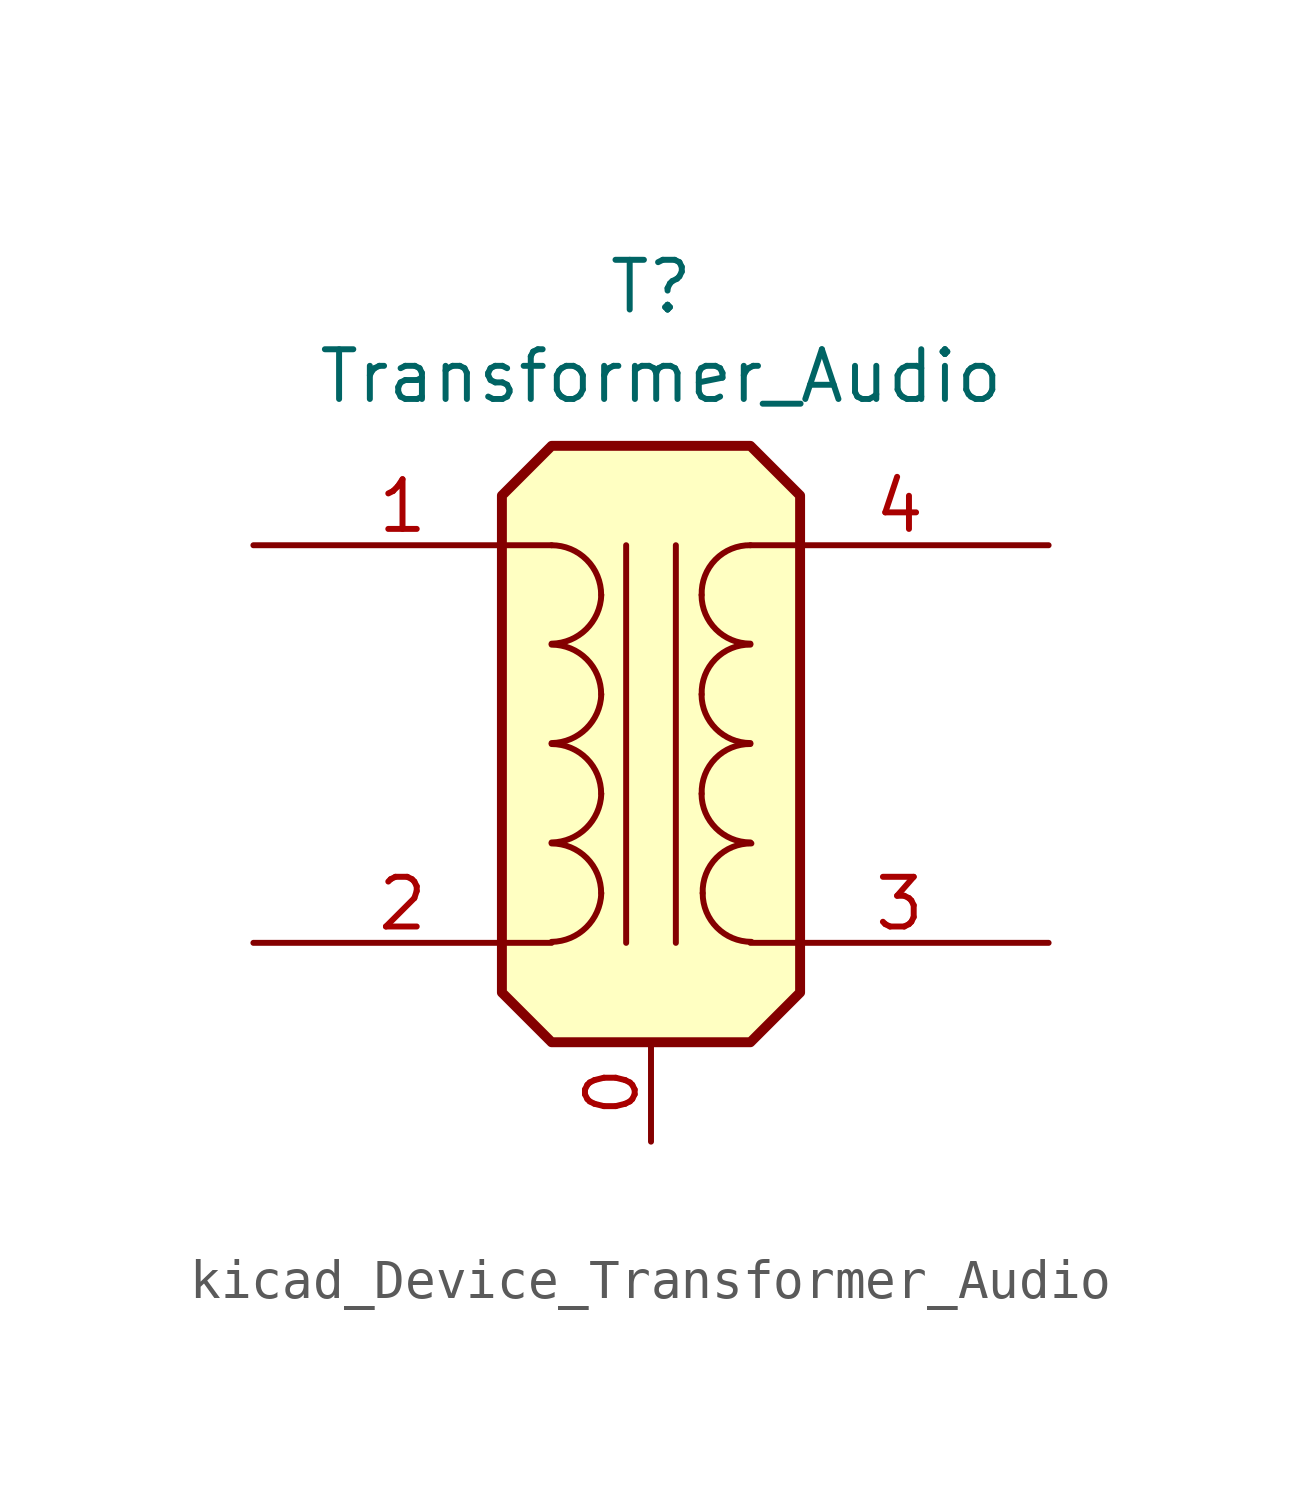
<source format=kicad_sym>
(kicad_symbol_lib
  (version 20220914)
  (generator kicad_symbol_editor)
  (symbol "kicad_Device_Transformer_Audio"
    (pin_names
      (offset 1.016) hide)
    (property "Reference" "T"
      (at 0 11.684 0)
      (effects (font (size 1.27 1.27))))
    (property "Value" "Transformer_Audio"
      (at 0.254 9.398 0)
      (effects (font (size 1.27 1.27))))
    (symbol "kicad_Device_Transformer_Audio_0_1"
      (arc (start -2.54 -5.0546) (mid -1.6599 -4.6901) (end -1.27 -3.81) (stroke (width 0) (type default)) (fill (type none)))
      (arc (start -2.54 -2.5146) (mid -1.6599 -2.1501) (end -1.27 -1.27) (stroke (width 0) (type default)) (fill (type none)))
      (arc (start -2.54 0.0254) (mid -1.6599 0.3899) (end -1.27 1.27) (stroke (width 0) (type default)) (fill (type none)))
      (arc (start -2.54 2.5654) (mid -1.6599 2.9299) (end -1.27 3.81) (stroke (width 0) (type default)) (fill (type none)))
      (arc (start -1.27 -3.81) (mid -1.642 -2.912) (end -2.54 -2.54) (stroke (width 0) (type default)) (fill (type none)))
      (arc (start -1.27 -1.27) (mid -1.642 -0.372) (end -2.54 0) (stroke (width 0) (type default)) (fill (type none)))
      (arc (start -1.27 1.27) (mid -1.642 2.168) (end -2.54 2.54) (stroke (width 0) (type default)) (fill (type none)))
      (arc (start -1.27 3.81) (mid -1.642 4.708) (end -2.54 5.08) (stroke (width 0) (type default)) (fill (type none)))
      (polyline (pts (xy -0.635 5.08) (xy -0.635 -5.08)) (stroke (width 0) (type default)) (fill (type none)))
      (polyline (pts (xy 0.635 -5.08) (xy 0.635 5.08)) (stroke (width 0) (type default)) (fill (type none)))
      (polyline (pts (xy -3.81 6.35) (xy -2.54 7.62) (xy 2.54 7.62) (xy 3.81 6.35) (xy 3.81 -6.35) (xy 2.54 -7.62) (xy -2.54 -7.62) (xy -3.81 -6.35) (xy -3.81 6.35)) (stroke (width 0.254) (type default)) (fill (type background)))
      (arc (start 1.2954 -1.27) (mid 1.6599 -2.1501) (end 2.54 -2.5146) (stroke (width 0) (type default)) (fill (type none)))
      (arc (start 1.2954 1.27) (mid 1.6599 0.3899) (end 2.54 0.0254) (stroke (width 0) (type default)) (fill (type none)))
      (arc (start 1.2954 3.81) (mid 1.6599 2.9299) (end 2.54 2.5654) (stroke (width 0) (type default)) (fill (type none)))
      (arc (start 1.3208 -3.81) (mid 1.6853 -4.6901) (end 2.5654 -5.0546) (stroke (width 0) (type default)) (fill (type none)))
      (arc (start 2.54 0) (mid 1.642 -0.372) (end 1.2954 -1.27) (stroke (width 0) (type default)) (fill (type none)))
      (arc (start 2.54 2.54) (mid 1.642 2.168) (end 1.2954 1.27) (stroke (width 0) (type default)) (fill (type none)))
      (arc (start 2.54 5.08) (mid 1.642 4.708) (end 1.2954 3.81) (stroke (width 0) (type default)) (fill (type none)))
      (arc (start 2.5654 -2.54) (mid 1.6674 -2.912) (end 1.3208 -3.81) (stroke (width 0) (type default)) (fill (type none))))
    (symbol "kicad_Device_Transformer_Audio_1_1"
      (pin input line (at 0 -10.16 90) (length 2.54) (name "~" (effects (font (size 1.27 1.27)))) (number "0" (effects (font (size 1.27 1.27)))))
      (pin passive line (at -10.16 5.08 0) (length 7.62) (name "AA" (effects (font (size 1.27 1.27)))) (number "1" (effects (font (size 1.27 1.27)))))
      (pin passive line (at -10.16 -5.08 0) (length 7.62) (name "AB" (effects (font (size 1.27 1.27)))) (number "2" (effects (font (size 1.27 1.27)))))
      (pin passive line (at 10.16 -5.08 180) (length 7.62) (name "SA" (effects (font (size 1.27 1.27)))) (number "3" (effects (font (size 1.27 1.27)))))
      (pin passive line (at 10.16 5.08 180) (length 7.62) (name "SB" (effects (font (size 1.27 1.27)))) (number "4" (effects (font (size 1.27 1.27))))))))
</source>
